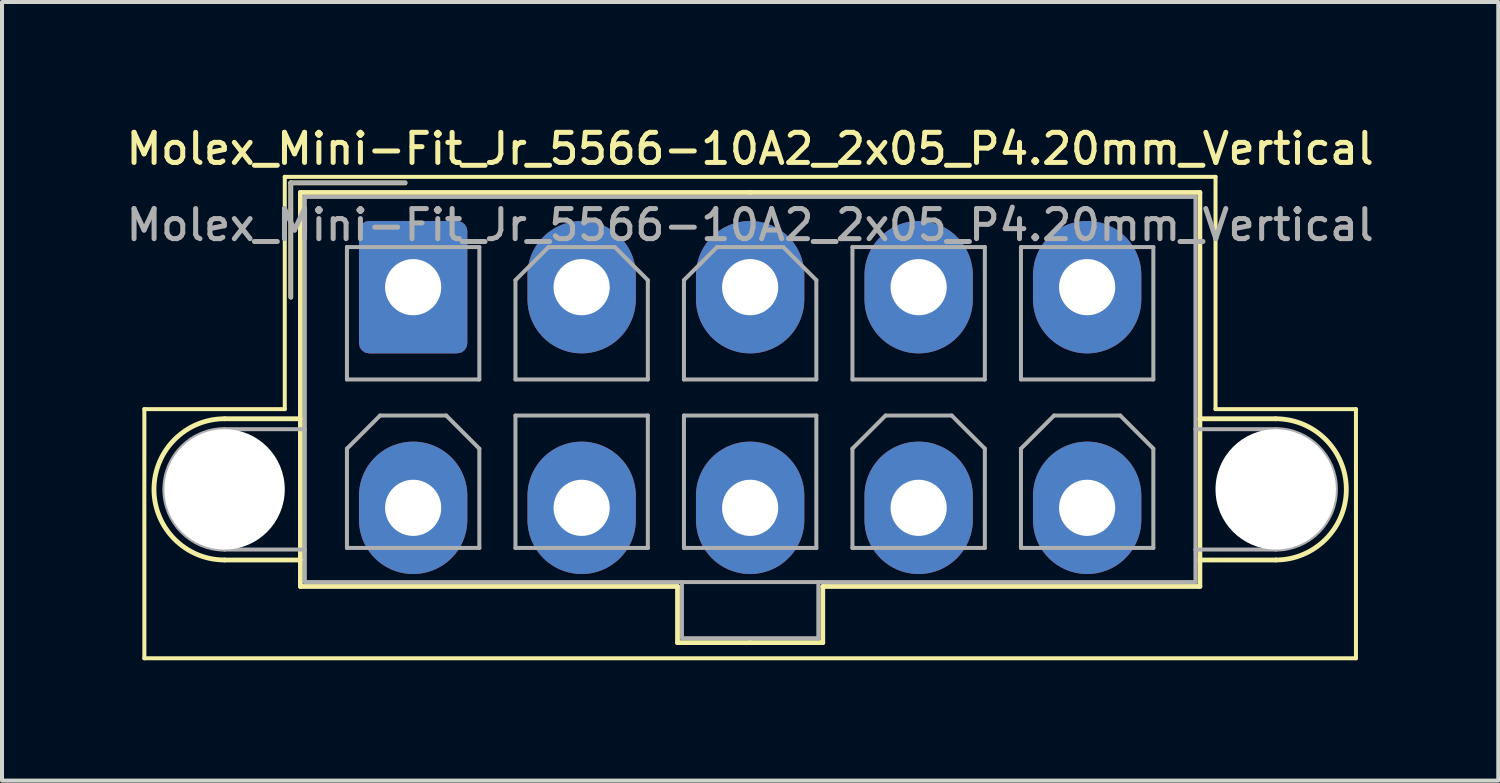
<source format=kicad_pcb>
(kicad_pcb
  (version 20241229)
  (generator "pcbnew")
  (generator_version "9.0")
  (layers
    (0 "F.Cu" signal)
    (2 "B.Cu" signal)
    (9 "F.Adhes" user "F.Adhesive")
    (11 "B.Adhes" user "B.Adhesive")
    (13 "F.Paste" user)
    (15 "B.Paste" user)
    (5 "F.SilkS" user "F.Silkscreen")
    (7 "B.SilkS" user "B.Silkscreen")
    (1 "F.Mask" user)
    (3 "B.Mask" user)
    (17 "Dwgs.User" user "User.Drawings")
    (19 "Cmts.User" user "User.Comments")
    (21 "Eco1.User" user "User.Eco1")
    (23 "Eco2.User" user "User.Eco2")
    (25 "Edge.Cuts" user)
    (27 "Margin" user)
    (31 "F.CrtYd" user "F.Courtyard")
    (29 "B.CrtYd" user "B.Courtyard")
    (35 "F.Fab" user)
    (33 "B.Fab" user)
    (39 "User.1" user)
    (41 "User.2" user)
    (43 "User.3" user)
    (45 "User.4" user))
  (footprint "Molex_Mini-Fit_Jr_5566-10A2_2x05_P4.20mm_Vertical"
    (layer "F.Cu")
    (at 7.248 4.108)
    (property "Reference" "Molex_Mini-Fit_Jr_5566-10A2_2x05_P4.20mm_Vertical" (at 8.4 -3.45 0) (layer "F.SilkS") (effects (font (size 0.75 0.75) (thickness 0.125))))
    (attr through_hole)
    (fp_line (start -6.7 3.04) (end -6.7 9.25) (stroke (width 0.1) (type solid)) (layer "F.SilkS"))
    (fp_line (start -6.7 9.25) (end 23.5 9.25) (stroke (width 0.1) (type solid)) (layer "F.SilkS"))
    (fp_line (start -4.7 3.28) (end -2.81 3.28) (stroke (width 0.12) (type solid)) (layer "F.SilkS"))
    (fp_line (start -4.7 6.8) (end -2.81 6.8) (stroke (width 0.12) (type solid)) (layer "F.SilkS"))
    (fp_line (start -3.2 -2.75) (end -3.2 3.04) (stroke (width 0.1) (type solid)) (layer "F.SilkS"))
    (fp_line (start -3.2 3.04) (end -6.7 3.04) (stroke (width 0.1) (type solid)) (layer "F.SilkS"))
    (fp_line (start -3.05 -2.6) (end -3.05 0.25) (stroke (width 0.12) (type solid)) (layer "F.SilkS"))
    (fp_line (start -2.81 -2.36) (end -2.81 7.46) (stroke (width 0.12) (type solid)) (layer "F.SilkS"))
    (fp_line (start -2.81 7.46) (end 6.59 7.46) (stroke (width 0.12) (type solid)) (layer "F.SilkS"))
    (fp_line (start -0.2 -2.6) (end -3.05 -2.6) (stroke (width 0.12) (type solid)) (layer "F.SilkS"))
    (fp_line (start 6.59 7.46) (end 6.59 8.86) (stroke (width 0.12) (type solid)) (layer "F.SilkS"))
    (fp_line (start 6.59 8.86) (end 8.4 8.86) (stroke (width 0.12) (type solid)) (layer "F.SilkS"))
    (fp_line (start 8.4 -2.36) (end -2.81 -2.36) (stroke (width 0.12) (type solid)) (layer "F.SilkS"))
    (fp_line (start 8.4 -2.36) (end 19.61 -2.36) (stroke (width 0.12) (type solid)) (layer "F.SilkS"))
    (fp_line (start 10.21 7.46) (end 10.21 8.86) (stroke (width 0.12) (type solid)) (layer "F.SilkS"))
    (fp_line (start 10.21 8.86) (end 8.4 8.86) (stroke (width 0.12) (type solid)) (layer "F.SilkS"))
    (fp_line (start 19.61 -2.36) (end 19.61 7.46) (stroke (width 0.12) (type solid)) (layer "F.SilkS"))
    (fp_line (start 19.61 7.46) (end 10.21 7.46) (stroke (width 0.12) (type solid)) (layer "F.SilkS"))
    (fp_line (start 20 -2.75) (end -3.2 -2.75) (stroke (width 0.1) (type solid)) (layer "F.SilkS"))
    (fp_line (start 20 3.04) (end 20 -2.75) (stroke (width 0.1) (type solid)) (layer "F.SilkS"))
    (fp_line (start 21.5 3.28) (end 19.61 3.28) (stroke (width 0.12) (type solid)) (layer "F.SilkS"))
    (fp_line (start 21.5 6.8) (end 19.61 6.8) (stroke (width 0.12) (type solid)) (layer "F.SilkS"))
    (fp_line (start 23.5 3.04) (end 20 3.04) (stroke (width 0.1) (type solid)) (layer "F.SilkS"))
    (fp_line (start 23.5 9.25) (end 23.5 3.04) (stroke (width 0.1) (type solid)) (layer "F.SilkS"))
    (fp_arc (start -4.7 6.8) (mid -6.46 5.04) (end -4.7 3.28) (stroke (width 0.12) (type solid)) (layer "F.SilkS"))
    (fp_arc (start 21.5 3.28) (mid 23.26 5.04) (end 21.5 6.8) (stroke (width 0.12) (type solid)) (layer "F.SilkS"))
    (fp_line (start -4.7 3.54) (end -2.7 3.54) (stroke (width 0.1) (type solid)) (layer "F.Fab"))
    (fp_line (start -4.7 6.54) (end -2.7 6.54) (stroke (width 0.1) (type solid)) (layer "F.Fab"))
    (fp_line (start -3.05 -2.6) (end -3.05 0.25) (stroke (width 0.1) (type solid)) (layer "F.Fab"))
    (fp_line (start -2.7 -2.25) (end -2.7 7.35) (stroke (width 0.1) (type solid)) (layer "F.Fab"))
    (fp_line (start -2.7 7.35) (end 19.5 7.35) (stroke (width 0.1) (type solid)) (layer "F.Fab"))
    (fp_line (start -1.65 -1) (end -1.65 2.3) (stroke (width 0.1) (type solid)) (layer "F.Fab"))
    (fp_line (start -1.65 2.3) (end 1.65 2.3) (stroke (width 0.1) (type solid)) (layer "F.Fab"))
    (fp_line (start -1.65 4.025) (end -0.825 3.2) (stroke (width 0.1) (type solid)) (layer "F.Fab"))
    (fp_line (start -1.65 6.5) (end -1.65 4.025) (stroke (width 0.1) (type solid)) (layer "F.Fab"))
    (fp_line (start -0.825 3.2) (end 0.825 3.2) (stroke (width 0.1) (type solid)) (layer "F.Fab"))
    (fp_line (start -0.2 -2.6) (end -3.05 -2.6) (stroke (width 0.1) (type solid)) (layer "F.Fab"))
    (fp_line (start 0.825 3.2) (end 1.65 4.025) (stroke (width 0.1) (type solid)) (layer "F.Fab"))
    (fp_line (start 1.65 -1) (end -1.65 -1) (stroke (width 0.1) (type solid)) (layer "F.Fab"))
    (fp_line (start 1.65 2.3) (end 1.65 -1) (stroke (width 0.1) (type solid)) (layer "F.Fab"))
    (fp_line (start 1.65 4.025) (end 1.65 6.5) (stroke (width 0.1) (type solid)) (layer "F.Fab"))
    (fp_line (start 1.65 6.5) (end -1.65 6.5) (stroke (width 0.1) (type solid)) (layer "F.Fab"))
    (fp_line (start 2.55 -0.175) (end 3.375 -1) (stroke (width 0.1) (type solid)) (layer "F.Fab"))
    (fp_line (start 2.55 2.3) (end 2.55 -0.175) (stroke (width 0.1) (type solid)) (layer "F.Fab"))
    (fp_line (start 2.55 3.2) (end 2.55 6.5) (stroke (width 0.1) (type solid)) (layer "F.Fab"))
    (fp_line (start 2.55 6.5) (end 5.85 6.5) (stroke (width 0.1) (type solid)) (layer "F.Fab"))
    (fp_line (start 3.375 -1) (end 5.025 -1) (stroke (width 0.1) (type solid)) (layer "F.Fab"))
    (fp_line (start 5.025 -1) (end 5.85 -0.175) (stroke (width 0.1) (type solid)) (layer "F.Fab"))
    (fp_line (start 5.85 -0.175) (end 5.85 2.3) (stroke (width 0.1) (type solid)) (layer "F.Fab"))
    (fp_line (start 5.85 2.3) (end 2.55 2.3) (stroke (width 0.1) (type solid)) (layer "F.Fab"))
    (fp_line (start 5.85 3.2) (end 2.55 3.2) (stroke (width 0.1) (type solid)) (layer "F.Fab"))
    (fp_line (start 5.85 6.5) (end 5.85 3.2) (stroke (width 0.1) (type solid)) (layer "F.Fab"))
    (fp_line (start 6.7 7.35) (end 6.7 8.75) (stroke (width 0.1) (type solid)) (layer "F.Fab"))
    (fp_line (start 6.7 8.75) (end 10.1 8.75) (stroke (width 0.1) (type solid)) (layer "F.Fab"))
    (fp_line (start 6.75 -0.175) (end 7.575 -1) (stroke (width 0.1) (type solid)) (layer "F.Fab"))
    (fp_line (start 6.75 2.3) (end 6.75 -0.175) (stroke (width 0.1) (type solid)) (layer "F.Fab"))
    (fp_line (start 6.75 3.2) (end 6.75 6.5) (stroke (width 0.1) (type solid)) (layer "F.Fab"))
    (fp_line (start 6.75 6.5) (end 10.05 6.5) (stroke (width 0.1) (type solid)) (layer "F.Fab"))
    (fp_line (start 7.575 -1) (end 9.225 -1) (stroke (width 0.1) (type solid)) (layer "F.Fab"))
    (fp_line (start 9.225 -1) (end 10.05 -0.175) (stroke (width 0.1) (type solid)) (layer "F.Fab"))
    (fp_line (start 10.05 -0.175) (end 10.05 2.3) (stroke (width 0.1) (type solid)) (layer "F.Fab"))
    (fp_line (start 10.05 2.3) (end 6.75 2.3) (stroke (width 0.1) (type solid)) (layer "F.Fab"))
    (fp_line (start 10.05 3.2) (end 6.75 3.2) (stroke (width 0.1) (type solid)) (layer "F.Fab"))
    (fp_line (start 10.05 6.5) (end 10.05 3.2) (stroke (width 0.1) (type solid)) (layer "F.Fab"))
    (fp_line (start 10.1 8.75) (end 10.1 7.35) (stroke (width 0.1) (type solid)) (layer "F.Fab"))
    (fp_line (start 10.95 -1) (end 10.95 2.3) (stroke (width 0.1) (type solid)) (layer "F.Fab"))
    (fp_line (start 10.95 2.3) (end 14.25 2.3) (stroke (width 0.1) (type solid)) (layer "F.Fab"))
    (fp_line (start 10.95 4.025) (end 11.775 3.2) (stroke (width 0.1) (type solid)) (layer "F.Fab"))
    (fp_line (start 10.95 6.5) (end 10.95 4.025) (stroke (width 0.1) (type solid)) (layer "F.Fab"))
    (fp_line (start 11.775 3.2) (end 13.425 3.2) (stroke (width 0.1) (type solid)) (layer "F.Fab"))
    (fp_line (start 13.425 3.2) (end 14.25 4.025) (stroke (width 0.1) (type solid)) (layer "F.Fab"))
    (fp_line (start 14.25 -1) (end 10.95 -1) (stroke (width 0.1) (type solid)) (layer "F.Fab"))
    (fp_line (start 14.25 2.3) (end 14.25 -1) (stroke (width 0.1) (type solid)) (layer "F.Fab"))
    (fp_line (start 14.25 4.025) (end 14.25 6.5) (stroke (width 0.1) (type solid)) (layer "F.Fab"))
    (fp_line (start 14.25 6.5) (end 10.95 6.5) (stroke (width 0.1) (type solid)) (layer "F.Fab"))
    (fp_line (start 15.15 -1) (end 15.15 2.3) (stroke (width 0.1) (type solid)) (layer "F.Fab"))
    (fp_line (start 15.15 2.3) (end 18.45 2.3) (stroke (width 0.1) (type solid)) (layer "F.Fab"))
    (fp_line (start 15.15 4.025) (end 15.975 3.2) (stroke (width 0.1) (type solid)) (layer "F.Fab"))
    (fp_line (start 15.15 6.5) (end 15.15 4.025) (stroke (width 0.1) (type solid)) (layer "F.Fab"))
    (fp_line (start 15.975 3.2) (end 17.625 3.2) (stroke (width 0.1) (type solid)) (layer "F.Fab"))
    (fp_line (start 17.625 3.2) (end 18.45 4.025) (stroke (width 0.1) (type solid)) (layer "F.Fab"))
    (fp_line (start 18.45 -1) (end 15.15 -1) (stroke (width 0.1) (type solid)) (layer "F.Fab"))
    (fp_line (start 18.45 2.3) (end 18.45 -1) (stroke (width 0.1) (type solid)) (layer "F.Fab"))
    (fp_line (start 18.45 4.025) (end 18.45 6.5) (stroke (width 0.1) (type solid)) (layer "F.Fab"))
    (fp_line (start 18.45 6.5) (end 15.15 6.5) (stroke (width 0.1) (type solid)) (layer "F.Fab"))
    (fp_line (start 19.5 -2.25) (end -2.7 -2.25) (stroke (width 0.1) (type solid)) (layer "F.Fab"))
    (fp_line (start 19.5 7.35) (end 19.5 -2.25) (stroke (width 0.1) (type solid)) (layer "F.Fab"))
    (fp_line (start 21.5 3.54) (end 19.5 3.54) (stroke (width 0.1) (type solid)) (layer "F.Fab"))
    (fp_line (start 21.5 6.54) (end 19.5 6.54) (stroke (width 0.1) (type solid)) (layer "F.Fab"))
    (fp_arc (start -4.7 6.54) (mid -6.2 5.04) (end -4.7 3.54) (stroke (width 0.1) (type solid)) (layer "F.Fab"))
    (fp_arc (start 21.5 3.54) (mid 23 5.04) (end 21.5 6.54) (stroke (width 0.1) (type solid)) (layer "F.Fab"))
    (fp_text user "${REFERENCE}" (at 8.4 -1.55 0) (layer "F.Fab") (effects (font (size 0.75 0.75) (thickness 0.125))))
    (pad "" np_thru_hole circle (at -4.7 5.04) (size 3 3) (drill 3) (layers "*.Cu" "*.Mask"))
    (pad "" np_thru_hole circle (at 21.5 5.04) (size 3 3) (drill 3) (layers "*.Cu" "*.Mask"))
    (pad "1" thru_hole roundrect (at 0 0) (size 2.7 3.3) (drill 1.4) (layers "*.Cu" "*.Mask") (roundrect_rratio 0.093))
    (pad "2" thru_hole oval (at 4.2 0) (size 2.7 3.3) (drill 1.4) (layers "*.Cu" "*.Mask"))
    (pad "3" thru_hole oval (at 8.4 0) (size 2.7 3.3) (drill 1.4) (layers "*.Cu" "*.Mask"))
    (pad "4" thru_hole oval (at 12.6 0) (size 2.7 3.3) (drill 1.4) (layers "*.Cu" "*.Mask"))
    (pad "5" thru_hole oval (at 16.8 0) (size 2.7 3.3) (drill 1.4) (layers "*.Cu" "*.Mask"))
    (pad "6" thru_hole oval (at 0 5.5) (size 2.7 3.3) (drill 1.4) (layers "*.Cu" "*.Mask"))
    (pad "7" thru_hole oval (at 4.2 5.5) (size 2.7 3.3) (drill 1.4) (layers "*.Cu" "*.Mask"))
    (pad "8" thru_hole oval (at 8.4 5.5) (size 2.7 3.3) (drill 1.4) (layers "*.Cu" "*.Mask"))
    (pad "9" thru_hole oval (at 12.6 5.5) (size 2.7 3.3) (drill 1.4) (layers "*.Cu" "*.Mask"))
    (pad "10" thru_hole oval (at 16.8 5.5) (size 2.7 3.3) (drill 1.4) (layers "*.Cu" "*.Mask")))
  (gr_rect
    (start -3 -3)
    (end 34.296 16.408)
    (stroke (width 0.1) (type default))
    (fill no)
    (layer "Edge.Cuts")))
</source>
